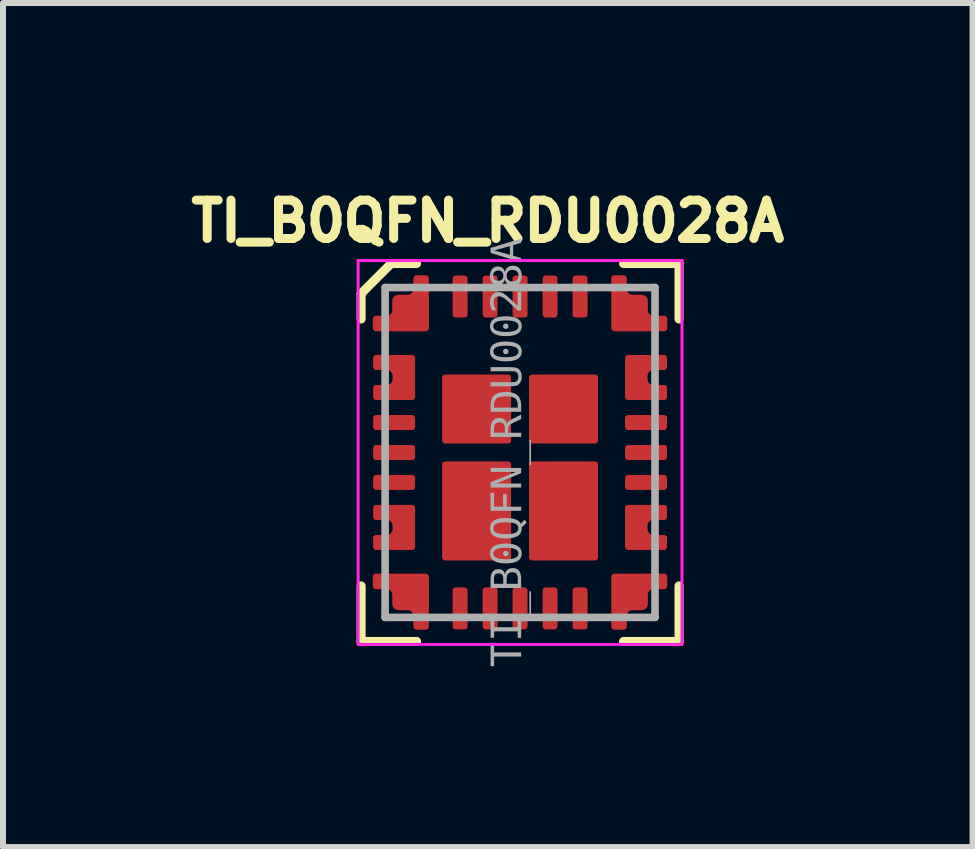
<source format=kicad_pcb>
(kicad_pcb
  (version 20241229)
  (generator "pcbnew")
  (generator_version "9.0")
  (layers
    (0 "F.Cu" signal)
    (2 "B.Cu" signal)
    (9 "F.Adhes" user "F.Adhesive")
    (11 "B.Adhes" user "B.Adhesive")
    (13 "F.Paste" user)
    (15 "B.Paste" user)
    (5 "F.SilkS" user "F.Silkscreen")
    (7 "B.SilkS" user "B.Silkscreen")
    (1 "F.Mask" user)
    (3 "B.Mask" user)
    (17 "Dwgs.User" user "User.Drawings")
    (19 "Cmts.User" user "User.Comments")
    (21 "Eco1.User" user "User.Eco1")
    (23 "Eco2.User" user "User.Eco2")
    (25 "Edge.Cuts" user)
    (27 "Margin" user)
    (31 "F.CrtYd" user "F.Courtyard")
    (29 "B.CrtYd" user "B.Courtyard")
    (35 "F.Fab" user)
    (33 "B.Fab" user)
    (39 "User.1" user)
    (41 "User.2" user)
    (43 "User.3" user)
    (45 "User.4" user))
  (footprint "TI_B0QFN_RDU0028A"
    (layer "F.Cu")
    (at 5.621 4.494)
    (property "Reference" "TI_B0QFN_RDU0028A" (at -0.538 -3.856 0) (layer "F.SilkS") (effects (font (size 0.64 0.64) (thickness 0.15))))
    (attr smd)
    (fp_line (start -2.65 -2.225) (end -2.65 -2.65) (stroke (width 0.15) (type solid)) (layer "F.SilkS"))
    (fp_line (start -2.65 3.15) (end -2.65 2.225) (stroke (width 0.15) (type solid)) (layer "F.SilkS"))
    (fp_line (start -2.15 -3.15) (end -2.65 -2.65) (stroke (width 0.15) (type default)) (layer "F.SilkS"))
    (fp_line (start -1.725 -3.15) (end -2.15 -3.15) (stroke (width 0.15) (type solid)) (layer "F.SilkS"))
    (fp_line (start -1.725 3.15) (end -2.65 3.15) (stroke (width 0.15) (type solid)) (layer "F.SilkS"))
    (fp_line (start 1.725 -3.15) (end 2.65 -3.15) (stroke (width 0.15) (type solid)) (layer "F.SilkS"))
    (fp_line (start 2.65 -3.15) (end 2.65 -2.225) (stroke (width 0.15) (type solid)) (layer "F.SilkS"))
    (fp_line (start 2.65 2.225) (end 2.65 3.15) (stroke (width 0.15) (type solid)) (layer "F.SilkS"))
    (fp_line (start 2.65 3.15) (end 1.725 3.15) (stroke (width 0.15) (type solid)) (layer "F.SilkS"))
    (fp_line (start -2.7 -3.2) (end 2.7 -3.2) (stroke (width 0.05) (type solid)) (layer "F.CrtYd"))
    (fp_line (start -2.7 3.2) (end -2.7 -3.2) (stroke (width 0.05) (type solid)) (layer "F.CrtYd"))
    (fp_line (start 2.7 -3.2) (end 2.7 3.2) (stroke (width 0.05) (type solid)) (layer "F.CrtYd"))
    (fp_line (start 2.7 3.2) (end -2.7 3.2) (stroke (width 0.05) (type solid)) (layer "F.CrtYd"))
    (fp_line (start -2.25 -2.75) (end 2.25 -2.75) (stroke (width 0.127) (type solid)) (layer "F.Fab"))
    (fp_line (start -2.25 2.75) (end -2.25 -2.75) (stroke (width 0.127) (type solid)) (layer "F.Fab"))
    (fp_line (start 2.25 -2.75) (end 2.25 2.75) (stroke (width 0.127) (type solid)) (layer "F.Fab"))
    (fp_line (start 2.25 2.75) (end -2.25 2.75) (stroke (width 0.127) (type solid)) (layer "F.Fab"))
    (fp_line (start -0.5 0) (end 0.5 0) (stroke (width 0.1) (type solid)) (layer "User.1"))
    (fp_line (start 0 -0.5) (end 0 0.5) (stroke (width 0.1) (type solid)) (layer "User.1"))
    (fp_text user "${REFERENCE}" (at -0.189 0.000005 90) (unlocked yes) (layer "F.Fab") (effects (font (face "Consolas") (size 0.5 0.5) (thickness 0.254))))
    (pad "1" smd custom (at -1.85 -2.35) (size 0.2 0.2) (layers "F.Cu" "F.Mask" "F.Paste") (options (anchor rect)) (primitives (gr_poly (pts (xy 0.325 0.275) (xy 0.325 0.278) (xy 0.325 0.28) (xy 0.324 0.283) (xy 0.324 0.285) (xy 0.323 0.288) (xy 0.323 0.29) (xy 0.322 0.293) (xy 0.321 0.295) (xy 0.32 0.298) (xy 0.318 0.3) (xy 0.317 0.302) (xy 0.315 0.304) (xy 0.314 0.306) (xy 0.312 0.308) (xy 0.31 0.31) (xy 0.308 0.312) (xy 0.306 0.314) (xy 0.304 0.315) (xy 0.302 0.317) (xy 0.3 0.318) (xy 0.298 0.32) (xy 0.295 0.321) (xy 0.293 0.322) (xy 0.29 0.323) (xy 0.288 0.323) (xy 0.285 0.324) (xy 0.283 0.324) (xy 0.28 0.325) (xy 0.278 0.325) (xy 0.275 0.325) (xy -0.55 0.325) (xy -0.553 0.325) (xy -0.555 0.325) (xy -0.558 0.324) (xy -0.56 0.324) (xy -0.563 0.323) (xy -0.565 0.323) (xy -0.568 0.322) (xy -0.57 0.321) (xy -0.573 0.32) (xy -0.575 0.318) (xy -0.577 0.317) (xy -0.579 0.315) (xy -0.581 0.314) (xy -0.583 0.312) (xy -0.585 0.31) (xy -0.587 0.308) (xy -0.589 0.306) (xy -0.59 0.304) (xy -0.592 0.302) (xy -0.593 0.3) (xy -0.595 0.298) (xy -0.596 0.295) (xy -0.597 0.293) (xy -0.598 0.29) (xy -0.598 0.288) (xy -0.599 0.285) (xy -0.599 0.283) (xy -0.6 0.28) (xy -0.6 0.278) (xy -0.6 0.275) (xy -0.6 0.125) (xy -0.6 0.122) (xy -0.6 0.12) (xy -0.599 0.117) (xy -0.599 0.115) (xy -0.598 0.112) (xy -0.598 0.11) (xy -0.597 0.107) (xy -0.596 0.105) (xy -0.595 0.102) (xy -0.593 0.1) (xy -0.592 0.098) (xy -0.59 0.096) (xy -0.589 0.094) (xy -0.587 0.092) (xy -0.585 0.09) (xy -0.583 0.088) (xy -0.581 0.086) (xy -0.579 0.085) (xy -0.577 0.083) (xy -0.575 0.082) (xy -0.573 0.08) (xy -0.57 0.079) (xy -0.568 0.078) (xy -0.565 0.077) (xy -0.563 0.077) (xy -0.56 0.076) (xy -0.558 0.076) (xy -0.555 0.075) (xy -0.553 0.075) (xy -0.55 0.075) (xy -0.375 0.075) (xy -0.37 0.075) (xy -0.365 0.074) (xy -0.359 0.074) (xy -0.354 0.073) (xy -0.349 0.072) (xy -0.344 0.07) (xy -0.339 0.068) (xy -0.334 0.066) (xy -0.33 0.064) (xy -0.325 0.062) (xy -0.321 0.059) (xy -0.316 0.056) (xy -0.312 0.053) (xy -0.308 0.049) (xy -0.304 0.046) (xy -0.301 0.042) (xy -0.297 0.038) (xy -0.294 0.034) (xy -0.291 0.029) (xy -0.288 0.025) (xy -0.286 0.02) (xy -0.284 0.016) (xy -0.282 0.011) (xy -0.28 0.006) (xy -0.278 0.001) (xy -0.277 -0.004) (xy -0.276 -0.009) (xy -0.276 -0.015) (xy -0.275 -0.02) (xy -0.275 -0.025) (xy -0.275 -0.175) (xy -0.275 -0.18) (xy -0.274 -0.185) (xy -0.274 -0.191) (xy -0.273 -0.196) (xy -0.272 -0.201) (xy -0.27 -0.206) (xy -0.268 -0.211) (xy -0.266 -0.216) (xy -0.264 -0.22) (xy -0.262 -0.225) (xy -0.259 -0.229) (xy -0.256 -0.234) (xy -0.253 -0.238) (xy -0.249 -0.242) (xy -0.246 -0.246) (xy -0.242 -0.249) (xy -0.238 -0.253) (xy -0.234 -0.256) (xy -0.229 -0.259) (xy -0.225 -0.262) (xy -0.22 -0.264) (xy -0.216 -0.266) (xy -0.211 -0.268) (xy -0.206 -0.27) (xy -0.201 -0.272) (xy -0.196 -0.273) (xy -0.191 -0.274) (xy -0.185 -0.274) (xy -0.18 -0.275) (xy -0.175 -0.275) (xy -0.025 -0.275) (xy -0.02 -0.275) (xy -0.015 -0.276) (xy -0.009 -0.276) (xy -0.004 -0.277) (xy 0.001 -0.278) (xy 0.006 -0.28) (xy 0.011 -0.282) (xy 0.016 -0.284) (xy 0.02 -0.286) (xy 0.025 -0.288) (xy 0.029 -0.291) (xy 0.034 -0.294) (xy 0.038 -0.297) (xy 0.042 -0.301) (xy 0.046 -0.304) (xy 0.049 -0.308) (xy 0.053 -0.312) (xy 0.056 -0.316) (xy 0.059 -0.321) (xy 0.062 -0.325) (xy 0.064 -0.33) (xy 0.066 -0.334) (xy 0.068 -0.339) (xy 0.07 -0.344) (xy 0.072 -0.349) (xy 0.073 -0.354) (xy 0.074 -0.359) (xy 0.074 -0.365) (xy 0.075 -0.37) (xy 0.075 -0.375) (xy 0.075 -0.55) (xy 0.075 -0.553) (xy 0.075 -0.555) (xy 0.076 -0.558) (xy 0.076 -0.56) (xy 0.077 -0.563) (xy 0.077 -0.565) (xy 0.078 -0.568) (xy 0.079 -0.57) (xy 0.08 -0.573) (xy 0.082 -0.575) (xy 0.083 -0.577) (xy 0.085 -0.579) (xy 0.086 -0.581) (xy 0.088 -0.583) (xy 0.09 -0.585) (xy 0.092 -0.587) (xy 0.094 -0.589) (xy 0.096 -0.59) (xy 0.098 -0.592) (xy 0.1 -0.593) (xy 0.102 -0.595) (xy 0.105 -0.596) (xy 0.107 -0.597) (xy 0.11 -0.598) (xy 0.112 -0.598) (xy 0.115 -0.599) (xy 0.117 -0.599) (xy 0.12 -0.6) (xy 0.122 -0.6) (xy 0.125 -0.6) (xy 0.275 -0.6) (xy 0.278 -0.6) (xy 0.28 -0.6) (xy 0.283 -0.599) (xy 0.285 -0.599) (xy 0.288 -0.598) (xy 0.29 -0.598) (xy 0.293 -0.597) (xy 0.295 -0.596) (xy 0.298 -0.595) (xy 0.3 -0.593) (xy 0.302 -0.592) (xy 0.304 -0.59) (xy 0.306 -0.589) (xy 0.308 -0.587) (xy 0.31 -0.585) (xy 0.312 -0.583) (xy 0.314 -0.581) (xy 0.315 -0.579) (xy 0.317 -0.577) (xy 0.318 -0.575) (xy 0.32 -0.573) (xy 0.321 -0.57) (xy 0.322 -0.568) (xy 0.323 -0.565) (xy 0.323 -0.563) (xy 0.324 -0.56) (xy 0.324 -0.558) (xy 0.325 -0.555) (xy 0.325 -0.553) (xy 0.325 -0.55) (xy 0.325 0.275)) (width 0.01) (fill yes))))
    (pad "2" smd custom (at -1.9 -1.25 180) (size 0.2 0.2) (layers "F.Cu" "F.Mask" "F.Paste") (options (anchor rect)) (primitives (gr_poly (pts (arc (start 0.5 0.375) (mid 0.535355 0.360355) (end 0.55 0.325)) (arc (start 0.55 0.175) (mid 0.535355 0.139645) (end 0.5 0.125)) (arc (start 0.325 0.125) (mid 0.254289 0.095711) (end 0.225 0.025)) (arc (start 0.225 -0.025) (mid 0.254289 -0.095711) (end 0.325 -0.125)) (arc (start 0.5 -0.125) (mid 0.535355 -0.139645) (end 0.55 -0.175)) (arc (start 0.55 -0.325) (mid 0.535355 -0.360355) (end 0.5 -0.375)) (arc (start -0.1 -0.375) (mid -0.135355 -0.360355) (end -0.15 -0.325)) (arc (start -0.15 0.325) (mid -0.135355 0.360355) (end -0.1 0.375))) (width 0) (fill yes))))
    (pad "3" smd roundrect (at -2.1 -0.5) (size 0.7 0.25) (layers "F.Cu" "F.Mask" "F.Paste") (roundrect_rratio 0.2))
    (pad "4" smd roundrect (at -2.1 0) (size 0.7 0.25) (layers "F.Cu" "F.Mask" "F.Paste") (roundrect_rratio 0.2))
    (pad "5" smd roundrect (at -2.1 0.5) (size 0.7 0.25) (layers "F.Cu" "F.Mask" "F.Paste") (roundrect_rratio 0.2))
    (pad "6" smd custom (at -1.9 1.25 180) (size 0.2 0.2) (layers "F.Cu" "F.Mask" "F.Paste") (options (anchor rect)) (primitives (gr_poly (pts (arc (start 0.5 0.375) (mid 0.535355 0.360355) (end 0.55 0.325)) (arc (start 0.55 0.175) (mid 0.535355 0.139645) (end 0.5 0.125)) (arc (start 0.325 0.125) (mid 0.254289 0.095711) (end 0.225 0.025)) (arc (start 0.225 -0.025) (mid 0.254289 -0.095711) (end 0.325 -0.125)) (arc (start 0.5 -0.125) (mid 0.535355 -0.139645) (end 0.55 -0.175)) (arc (start 0.55 -0.325) (mid 0.535355 -0.360355) (end 0.5 -0.375)) (arc (start -0.1 -0.375) (mid -0.135355 -0.360355) (end -0.15 -0.325)) (arc (start -0.15 0.325) (mid -0.135355 0.360355) (end -0.1 0.375))) (width 0) (fill yes))))
    (pad "7" smd custom (at -1.85 2.35) (size 0.2 0.2) (layers "F.Cu" "F.Mask" "F.Paste") (options (anchor rect)) (primitives (gr_poly (pts (xy 0.275 -0.325) (xy 0.278 -0.325) (xy 0.28 -0.325) (xy 0.283 -0.324) (xy 0.285 -0.324) (xy 0.288 -0.323) (xy 0.29 -0.323) (xy 0.293 -0.322) (xy 0.295 -0.321) (xy 0.298 -0.32) (xy 0.3 -0.318) (xy 0.302 -0.317) (xy 0.304 -0.315) (xy 0.306 -0.314) (xy 0.308 -0.312) (xy 0.31 -0.31) (xy 0.312 -0.308) (xy 0.314 -0.306) (xy 0.315 -0.304) (xy 0.317 -0.302) (xy 0.318 -0.3) (xy 0.32 -0.298) (xy 0.321 -0.295) (xy 0.322 -0.293) (xy 0.323 -0.29) (xy 0.323 -0.288) (xy 0.324 -0.285) (xy 0.324 -0.283) (xy 0.325 -0.28) (xy 0.325 -0.278) (xy 0.325 -0.275) (xy 0.325 0.55) (xy 0.325 0.553) (xy 0.325 0.555) (xy 0.324 0.558) (xy 0.324 0.56) (xy 0.323 0.563) (xy 0.323 0.565) (xy 0.322 0.568) (xy 0.321 0.57) (xy 0.32 0.573) (xy 0.318 0.575) (xy 0.317 0.577) (xy 0.315 0.579) (xy 0.314 0.581) (xy 0.312 0.583) (xy 0.31 0.585) (xy 0.308 0.587) (xy 0.306 0.589) (xy 0.304 0.59) (xy 0.302 0.592) (xy 0.3 0.593) (xy 0.298 0.595) (xy 0.295 0.596) (xy 0.293 0.597) (xy 0.29 0.598) (xy 0.288 0.598) (xy 0.285 0.599) (xy 0.283 0.599) (xy 0.28 0.6) (xy 0.278 0.6) (xy 0.275 0.6) (xy 0.125 0.6) (xy 0.122 0.6) (xy 0.12 0.6) (xy 0.117 0.599) (xy 0.115 0.599) (xy 0.112 0.598) (xy 0.11 0.598) (xy 0.107 0.597) (xy 0.105 0.596) (xy 0.102 0.595) (xy 0.1 0.593) (xy 0.098 0.592) (xy 0.096 0.59) (xy 0.094 0.589) (xy 0.092 0.587) (xy 0.09 0.585) (xy 0.088 0.583) (xy 0.086 0.581) (xy 0.085 0.579) (xy 0.083 0.577) (xy 0.082 0.575) (xy 0.08 0.573) (xy 0.079 0.57) (xy 0.078 0.568) (xy 0.077 0.565) (xy 0.077 0.563) (xy 0.076 0.56) (xy 0.076 0.558) (xy 0.075 0.555) (xy 0.075 0.553) (xy 0.075 0.55) (xy 0.075 0.375) (xy 0.075 0.37) (xy 0.074 0.365) (xy 0.074 0.359) (xy 0.073 0.354) (xy 0.072 0.349) (xy 0.07 0.344) (xy 0.068 0.339) (xy 0.066 0.334) (xy 0.064 0.33) (xy 0.062 0.325) (xy 0.059 0.321) (xy 0.056 0.316) (xy 0.053 0.312) (xy 0.049 0.308) (xy 0.046 0.304) (xy 0.042 0.301) (xy 0.038 0.297) (xy 0.034 0.294) (xy 0.029 0.291) (xy 0.025 0.288) (xy 0.02 0.286) (xy 0.016 0.284) (xy 0.011 0.282) (xy 0.006 0.28) (xy 0.001 0.278) (xy -0.004 0.277) (xy -0.009 0.276) (xy -0.015 0.276) (xy -0.02 0.275) (xy -0.025 0.275) (xy -0.175 0.275) (xy -0.18 0.275) (xy -0.185 0.274) (xy -0.191 0.274) (xy -0.196 0.273) (xy -0.201 0.272) (xy -0.206 0.27) (xy -0.211 0.268) (xy -0.216 0.266) (xy -0.22 0.264) (xy -0.225 0.262) (xy -0.229 0.259) (xy -0.234 0.256) (xy -0.238 0.253) (xy -0.242 0.249) (xy -0.246 0.246) (xy -0.249 0.242) (xy -0.253 0.238) (xy -0.256 0.234) (xy -0.259 0.229) (xy -0.262 0.225) (xy -0.264 0.22) (xy -0.266 0.216) (xy -0.268 0.211) (xy -0.27 0.206) (xy -0.272 0.201) (xy -0.273 0.196) (xy -0.274 0.191) (xy -0.274 0.185) (xy -0.275 0.18) (xy -0.275 0.175) (xy -0.275 0.025) (xy -0.275 0.02) (xy -0.276 0.015) (xy -0.276 0.009) (xy -0.277 0.004) (xy -0.278 -0.001) (xy -0.28 -0.006) (xy -0.282 -0.011) (xy -0.284 -0.016) (xy -0.286 -0.02) (xy -0.288 -0.025) (xy -0.291 -0.029) (xy -0.294 -0.034) (xy -0.297 -0.038) (xy -0.301 -0.042) (xy -0.304 -0.046) (xy -0.308 -0.049) (xy -0.312 -0.053) (xy -0.316 -0.056) (xy -0.321 -0.059) (xy -0.325 -0.062) (xy -0.33 -0.064) (xy -0.334 -0.066) (xy -0.339 -0.068) (xy -0.344 -0.07) (xy -0.349 -0.072) (xy -0.354 -0.073) (xy -0.359 -0.074) (xy -0.365 -0.074) (xy -0.37 -0.075) (xy -0.375 -0.075) (xy -0.55 -0.075) (xy -0.553 -0.075) (xy -0.555 -0.075) (xy -0.558 -0.076) (xy -0.56 -0.076) (xy -0.563 -0.077) (xy -0.565 -0.077) (xy -0.568 -0.078) (xy -0.57 -0.079) (xy -0.573 -0.08) (xy -0.575 -0.082) (xy -0.577 -0.083) (xy -0.579 -0.085) (xy -0.581 -0.086) (xy -0.583 -0.088) (xy -0.585 -0.09) (xy -0.587 -0.092) (xy -0.589 -0.094) (xy -0.59 -0.096) (xy -0.592 -0.098) (xy -0.593 -0.1) (xy -0.595 -0.102) (xy -0.596 -0.105) (xy -0.597 -0.107) (xy -0.598 -0.11) (xy -0.598 -0.112) (xy -0.599 -0.115) (xy -0.599 -0.117) (xy -0.6 -0.12) (xy -0.6 -0.122) (xy -0.6 -0.125) (xy -0.6 -0.275) (xy -0.6 -0.278) (xy -0.6 -0.28) (xy -0.599 -0.283) (xy -0.599 -0.285) (xy -0.598 -0.288) (xy -0.598 -0.29) (xy -0.597 -0.293) (xy -0.596 -0.295) (xy -0.595 -0.298) (xy -0.593 -0.3) (xy -0.592 -0.302) (xy -0.59 -0.304) (xy -0.589 -0.306) (xy -0.587 -0.308) (xy -0.585 -0.31) (xy -0.583 -0.312) (xy -0.581 -0.314) (xy -0.579 -0.315) (xy -0.577 -0.317) (xy -0.575 -0.318) (xy -0.573 -0.32) (xy -0.57 -0.321) (xy -0.568 -0.322) (xy -0.565 -0.323) (xy -0.563 -0.323) (xy -0.56 -0.324) (xy -0.558 -0.324) (xy -0.555 -0.325) (xy -0.553 -0.325) (xy -0.55 -0.325) (xy 0.275 -0.325)) (width 0.01) (fill yes))))
    (pad "8" smd roundrect (at -1 2.6 90) (size 0.7 0.25) (layers "F.Cu" "F.Mask" "F.Paste") (roundrect_rratio 0.2))
    (pad "9" smd roundrect (at -0.5 2.6 90) (size 0.7 0.25) (layers "F.Cu" "F.Mask" "F.Paste") (roundrect_rratio 0.2))
    (pad "10" smd roundrect (at 0 2.6 90) (size 0.7 0.25) (layers "F.Cu" "F.Mask" "F.Paste") (roundrect_rratio 0.2))
    (pad "11" smd roundrect (at 0.5 2.6 270) (size 0.7 0.25) (layers "F.Cu" "F.Mask" "F.Paste") (roundrect_rratio 0.2))
    (pad "12" smd roundrect (at 1 2.6 270) (size 0.7 0.25) (layers "F.Cu" "F.Mask" "F.Paste") (roundrect_rratio 0.2))
    (pad "13" smd custom (at 1.85 2.35) (size 0.2 0.2) (layers "F.Cu" "F.Mask" "F.Paste") (options (anchor rect)) (primitives (gr_poly (pts (xy -0.325 -0.275) (xy -0.325 -0.278) (xy -0.325 -0.28) (xy -0.324 -0.283) (xy -0.324 -0.285) (xy -0.323 -0.288) (xy -0.323 -0.29) (xy -0.322 -0.293) (xy -0.321 -0.295) (xy -0.32 -0.298) (xy -0.318 -0.3) (xy -0.317 -0.302) (xy -0.315 -0.304) (xy -0.314 -0.306) (xy -0.312 -0.308) (xy -0.31 -0.31) (xy -0.308 -0.312) (xy -0.306 -0.314) (xy -0.304 -0.315) (xy -0.302 -0.317) (xy -0.3 -0.318) (xy -0.298 -0.32) (xy -0.295 -0.321) (xy -0.293 -0.322) (xy -0.29 -0.323) (xy -0.288 -0.323) (xy -0.285 -0.324) (xy -0.283 -0.324) (xy -0.28 -0.325) (xy -0.278 -0.325) (xy -0.275 -0.325) (xy 0.55 -0.325) (xy 0.553 -0.325) (xy 0.555 -0.325) (xy 0.558 -0.324) (xy 0.56 -0.324) (xy 0.563 -0.323) (xy 0.565 -0.323) (xy 0.568 -0.322) (xy 0.57 -0.321) (xy 0.573 -0.32) (xy 0.575 -0.318) (xy 0.577 -0.317) (xy 0.579 -0.315) (xy 0.581 -0.314) (xy 0.583 -0.312) (xy 0.585 -0.31) (xy 0.587 -0.308) (xy 0.589 -0.306) (xy 0.59 -0.304) (xy 0.592 -0.302) (xy 0.593 -0.3) (xy 0.595 -0.298) (xy 0.596 -0.295) (xy 0.597 -0.293) (xy 0.598 -0.29) (xy 0.598 -0.288) (xy 0.599 -0.285) (xy 0.599 -0.283) (xy 0.6 -0.28) (xy 0.6 -0.278) (xy 0.6 -0.275) (xy 0.6 -0.125) (xy 0.6 -0.122) (xy 0.6 -0.12) (xy 0.599 -0.117) (xy 0.599 -0.115) (xy 0.598 -0.112) (xy 0.598 -0.11) (xy 0.597 -0.107) (xy 0.596 -0.105) (xy 0.595 -0.102) (xy 0.593 -0.1) (xy 0.592 -0.098) (xy 0.59 -0.096) (xy 0.589 -0.094) (xy 0.587 -0.092) (xy 0.585 -0.09) (xy 0.583 -0.088) (xy 0.581 -0.086) (xy 0.579 -0.085) (xy 0.577 -0.083) (xy 0.575 -0.082) (xy 0.573 -0.08) (xy 0.57 -0.079) (xy 0.568 -0.078) (xy 0.565 -0.077) (xy 0.563 -0.077) (xy 0.56 -0.076) (xy 0.558 -0.076) (xy 0.555 -0.075) (xy 0.553 -0.075) (xy 0.55 -0.075) (xy 0.375 -0.075) (xy 0.37 -0.075) (xy 0.365 -0.074) (xy 0.359 -0.074) (xy 0.354 -0.073) (xy 0.349 -0.072) (xy 0.344 -0.07) (xy 0.339 -0.068) (xy 0.334 -0.066) (xy 0.33 -0.064) (xy 0.325 -0.062) (xy 0.321 -0.059) (xy 0.316 -0.056) (xy 0.312 -0.053) (xy 0.308 -0.049) (xy 0.304 -0.046) (xy 0.301 -0.042) (xy 0.297 -0.038) (xy 0.294 -0.034) (xy 0.291 -0.029) (xy 0.288 -0.025) (xy 0.286 -0.02) (xy 0.284 -0.016) (xy 0.282 -0.011) (xy 0.28 -0.006) (xy 0.278 -0.001) (xy 0.277 0.004) (xy 0.276 0.009) (xy 0.276 0.015) (xy 0.275 0.02) (xy 0.275 0.025) (xy 0.275 0.175) (xy 0.275 0.18) (xy 0.274 0.185) (xy 0.274 0.191) (xy 0.273 0.196) (xy 0.272 0.201) (xy 0.27 0.206) (xy 0.268 0.211) (xy 0.266 0.216) (xy 0.264 0.22) (xy 0.262 0.225) (xy 0.259 0.229) (xy 0.256 0.234) (xy 0.253 0.238) (xy 0.249 0.242) (xy 0.246 0.246) (xy 0.242 0.249) (xy 0.238 0.253) (xy 0.234 0.256) (xy 0.229 0.259) (xy 0.225 0.262) (xy 0.22 0.264) (xy 0.216 0.266) (xy 0.211 0.268) (xy 0.206 0.27) (xy 0.201 0.272) (xy 0.196 0.273) (xy 0.191 0.274) (xy 0.185 0.274) (xy 0.18 0.275) (xy 0.175 0.275) (xy 0.025 0.275) (xy 0.02 0.275) (xy 0.015 0.276) (xy 0.009 0.276) (xy 0.004 0.277) (xy -0.001 0.278) (xy -0.006 0.28) (xy -0.011 0.282) (xy -0.016 0.284) (xy -0.02 0.286) (xy -0.025 0.288) (xy -0.029 0.291) (xy -0.034 0.294) (xy -0.038 0.297) (xy -0.042 0.301) (xy -0.046 0.304) (xy -0.049 0.308) (xy -0.053 0.312) (xy -0.056 0.316) (xy -0.059 0.321) (xy -0.062 0.325) (xy -0.064 0.33) (xy -0.066 0.334) (xy -0.068 0.339) (xy -0.07 0.344) (xy -0.072 0.349) (xy -0.073 0.354) (xy -0.074 0.359) (xy -0.074 0.365) (xy -0.075 0.37) (xy -0.075 0.375) (xy -0.075 0.55) (xy -0.075 0.553) (xy -0.075 0.555) (xy -0.076 0.558) (xy -0.076 0.56) (xy -0.077 0.563) (xy -0.077 0.565) (xy -0.078 0.568) (xy -0.079 0.57) (xy -0.08 0.573) (xy -0.082 0.575) (xy -0.083 0.577) (xy -0.085 0.579) (xy -0.086 0.581) (xy -0.088 0.583) (xy -0.09 0.585) (xy -0.092 0.587) (xy -0.094 0.589) (xy -0.096 0.59) (xy -0.098 0.592) (xy -0.1 0.593) (xy -0.102 0.595) (xy -0.105 0.596) (xy -0.107 0.597) (xy -0.11 0.598) (xy -0.112 0.598) (xy -0.115 0.599) (xy -0.117 0.599) (xy -0.12 0.6) (xy -0.122 0.6) (xy -0.125 0.6) (xy -0.275 0.6) (xy -0.278 0.6) (xy -0.28 0.6) (xy -0.283 0.599) (xy -0.285 0.599) (xy -0.288 0.598) (xy -0.29 0.598) (xy -0.293 0.597) (xy -0.295 0.596) (xy -0.298 0.595) (xy -0.3 0.593) (xy -0.302 0.592) (xy -0.304 0.59) (xy -0.306 0.589) (xy -0.308 0.587) (xy -0.31 0.585) (xy -0.312 0.583) (xy -0.314 0.581) (xy -0.315 0.579) (xy -0.317 0.577) (xy -0.318 0.575) (xy -0.32 0.573) (xy -0.321 0.57) (xy -0.322 0.568) (xy -0.323 0.565) (xy -0.323 0.563) (xy -0.324 0.56) (xy -0.324 0.558) (xy -0.325 0.555) (xy -0.325 0.553) (xy -0.325 0.55) (xy -0.325 -0.275)) (width 0.01) (fill yes))))
    (pad "14" smd custom (at 1.9 1.25) (size 0.2 0.2) (layers "F.Cu" "F.Mask" "F.Paste") (options (anchor rect)) (primitives (gr_poly (pts (arc (start 0.5 0.375) (mid 0.535355 0.360355) (end 0.55 0.325)) (arc (start 0.55 0.175) (mid 0.535355 0.139645) (end 0.5 0.125)) (arc (start 0.325 0.125) (mid 0.254289 0.095711) (end 0.225 0.025)) (arc (start 0.225 -0.025) (mid 0.254289 -0.095711) (end 0.325 -0.125)) (arc (start 0.5 -0.125) (mid 0.535355 -0.139645) (end 0.55 -0.175)) (arc (start 0.55 -0.325) (mid 0.535355 -0.360355) (end 0.5 -0.375)) (arc (start -0.1 -0.375) (mid -0.135355 -0.360355) (end -0.15 -0.325)) (arc (start -0.15 0.325) (mid -0.135355 0.360355) (end -0.1 0.375))) (width 0) (fill yes))))
    (pad "15" smd roundrect (at 2.1 0.5) (size 0.7 0.25) (layers "F.Cu" "F.Mask" "F.Paste") (roundrect_rratio 0.2))
    (pad "16" smd roundrect (at 2.1 0) (size 0.7 0.25) (layers "F.Cu" "F.Mask" "F.Paste") (roundrect_rratio 0.2))
    (pad "17" smd roundrect (at 2.1 -0.5) (size 0.7 0.25) (layers "F.Cu" "F.Mask" "F.Paste") (roundrect_rratio 0.2))
    (pad "18" smd custom (at 1.9 -1.25) (size 0.2 0.2) (layers "F.Cu" "F.Mask" "F.Paste") (options (anchor rect)) (primitives (gr_poly (pts (arc (start 0.5 0.375) (mid 0.535355 0.360355) (end 0.55 0.325)) (arc (start 0.55 0.175) (mid 0.535355 0.139645) (end 0.5 0.125)) (arc (start 0.325 0.125) (mid 0.254289 0.095711) (end 0.225 0.025)) (arc (start 0.225 -0.025) (mid 0.254289 -0.095711) (end 0.325 -0.125)) (arc (start 0.5 -0.125) (mid 0.535355 -0.139645) (end 0.55 -0.175)) (arc (start 0.55 -0.325) (mid 0.535355 -0.360355) (end 0.5 -0.375)) (arc (start -0.1 -0.375) (mid -0.135355 -0.360355) (end -0.15 -0.325)) (arc (start -0.15 0.325) (mid -0.135355 0.360355) (end -0.1 0.375))) (width 0) (fill yes))))
    (pad "19" smd custom (at 1.85 -2.35) (size 0.2 0.2) (layers "F.Cu" "F.Mask" "F.Paste") (options (anchor rect)) (primitives (gr_poly (pts (xy -0.275 0.325) (xy -0.278 0.325) (xy -0.28 0.325) (xy -0.283 0.324) (xy -0.285 0.324) (xy -0.288 0.323) (xy -0.29 0.323) (xy -0.293 0.322) (xy -0.295 0.321) (xy -0.298 0.32) (xy -0.3 0.318) (xy -0.302 0.317) (xy -0.304 0.315) (xy -0.306 0.314) (xy -0.308 0.312) (xy -0.31 0.31) (xy -0.312 0.308) (xy -0.314 0.306) (xy -0.315 0.304) (xy -0.317 0.302) (xy -0.318 0.3) (xy -0.32 0.298) (xy -0.321 0.295) (xy -0.322 0.293) (xy -0.323 0.29) (xy -0.323 0.288) (xy -0.324 0.285) (xy -0.324 0.283) (xy -0.325 0.28) (xy -0.325 0.278) (xy -0.325 0.275) (xy -0.325 -0.55) (xy -0.325 -0.553) (xy -0.325 -0.555) (xy -0.324 -0.558) (xy -0.324 -0.56) (xy -0.323 -0.563) (xy -0.323 -0.565) (xy -0.322 -0.568) (xy -0.321 -0.57) (xy -0.32 -0.573) (xy -0.318 -0.575) (xy -0.317 -0.577) (xy -0.315 -0.579) (xy -0.314 -0.581) (xy -0.312 -0.583) (xy -0.31 -0.585) (xy -0.308 -0.587) (xy -0.306 -0.589) (xy -0.304 -0.59) (xy -0.302 -0.592) (xy -0.3 -0.593) (xy -0.298 -0.595) (xy -0.295 -0.596) (xy -0.293 -0.597) (xy -0.29 -0.598) (xy -0.288 -0.598) (xy -0.285 -0.599) (xy -0.283 -0.599) (xy -0.28 -0.6) (xy -0.278 -0.6) (xy -0.275 -0.6) (xy -0.125 -0.6) (xy -0.122 -0.6) (xy -0.12 -0.6) (xy -0.117 -0.599) (xy -0.115 -0.599) (xy -0.112 -0.598) (xy -0.11 -0.598) (xy -0.107 -0.597) (xy -0.105 -0.596) (xy -0.102 -0.595) (xy -0.1 -0.593) (xy -0.098 -0.592) (xy -0.096 -0.59) (xy -0.094 -0.589) (xy -0.092 -0.587) (xy -0.09 -0.585) (xy -0.088 -0.583) (xy -0.086 -0.581) (xy -0.085 -0.579) (xy -0.083 -0.577) (xy -0.082 -0.575) (xy -0.08 -0.573) (xy -0.079 -0.57) (xy -0.078 -0.568) (xy -0.077 -0.565) (xy -0.077 -0.563) (xy -0.076 -0.56) (xy -0.076 -0.558) (xy -0.075 -0.555) (xy -0.075 -0.553) (xy -0.075 -0.55) (xy -0.075 -0.375) (xy -0.075 -0.37) (xy -0.074 -0.365) (xy -0.074 -0.359) (xy -0.073 -0.354) (xy -0.072 -0.349) (xy -0.07 -0.344) (xy -0.068 -0.339) (xy -0.066 -0.334) (xy -0.064 -0.33) (xy -0.062 -0.325) (xy -0.059 -0.321) (xy -0.056 -0.316) (xy -0.053 -0.312) (xy -0.049 -0.308) (xy -0.046 -0.304) (xy -0.042 -0.301) (xy -0.038 -0.297) (xy -0.034 -0.294) (xy -0.029 -0.291) (xy -0.025 -0.288) (xy -0.02 -0.286) (xy -0.016 -0.284) (xy -0.011 -0.282) (xy -0.006 -0.28) (xy -0.001 -0.278) (xy 0.004 -0.277) (xy 0.009 -0.276) (xy 0.015 -0.276) (xy 0.02 -0.275) (xy 0.025 -0.275) (xy 0.175 -0.275) (xy 0.18 -0.275) (xy 0.185 -0.274) (xy 0.191 -0.274) (xy 0.196 -0.273) (xy 0.201 -0.272) (xy 0.206 -0.27) (xy 0.211 -0.268) (xy 0.216 -0.266) (xy 0.22 -0.264) (xy 0.225 -0.262) (xy 0.229 -0.259) (xy 0.234 -0.256) (xy 0.238 -0.253) (xy 0.242 -0.249) (xy 0.246 -0.246) (xy 0.249 -0.242) (xy 0.253 -0.238) (xy 0.256 -0.234) (xy 0.259 -0.229) (xy 0.262 -0.225) (xy 0.264 -0.22) (xy 0.266 -0.216) (xy 0.268 -0.211) (xy 0.27 -0.206) (xy 0.272 -0.201) (xy 0.273 -0.196) (xy 0.274 -0.191) (xy 0.274 -0.185) (xy 0.275 -0.18) (xy 0.275 -0.175) (xy 0.275 -0.025) (xy 0.275 -0.02) (xy 0.276 -0.015) (xy 0.276 -0.009) (xy 0.277 -0.004) (xy 0.278 0.001) (xy 0.28 0.006) (xy 0.282 0.011) (xy 0.284 0.016) (xy 0.286 0.02) (xy 0.288 0.025) (xy 0.291 0.029) (xy 0.294 0.034) (xy 0.297 0.038) (xy 0.301 0.042) (xy 0.304 0.046) (xy 0.308 0.049) (xy 0.312 0.053) (xy 0.316 0.056) (xy 0.321 0.059) (xy 0.325 0.062) (xy 0.33 0.064) (xy 0.334 0.066) (xy 0.339 0.068) (xy 0.344 0.07) (xy 0.349 0.072) (xy 0.354 0.073) (xy 0.359 0.074) (xy 0.365 0.074) (xy 0.37 0.075) (xy 0.375 0.075) (xy 0.55 0.075) (xy 0.553 0.075) (xy 0.555 0.075) (xy 0.558 0.076) (xy 0.56 0.076) (xy 0.563 0.077) (xy 0.565 0.077) (xy 0.568 0.078) (xy 0.57 0.079) (xy 0.573 0.08) (xy 0.575 0.082) (xy 0.577 0.083) (xy 0.579 0.085) (xy 0.581 0.086) (xy 0.583 0.088) (xy 0.585 0.09) (xy 0.587 0.092) (xy 0.589 0.094) (xy 0.59 0.096) (xy 0.592 0.098) (xy 0.593 0.1) (xy 0.595 0.102) (xy 0.596 0.105) (xy 0.597 0.107) (xy 0.598 0.11) (xy 0.598 0.112) (xy 0.599 0.115) (xy 0.599 0.117) (xy 0.6 0.12) (xy 0.6 0.122) (xy 0.6 0.125) (xy 0.6 0.275) (xy 0.6 0.278) (xy 0.6 0.28) (xy 0.599 0.283) (xy 0.599 0.285) (xy 0.598 0.288) (xy 0.598 0.29) (xy 0.597 0.293) (xy 0.596 0.295) (xy 0.595 0.298) (xy 0.593 0.3) (xy 0.592 0.302) (xy 0.59 0.304) (xy 0.589 0.306) (xy 0.587 0.308) (xy 0.585 0.31) (xy 0.583 0.312) (xy 0.581 0.314) (xy 0.579 0.315) (xy 0.577 0.317) (xy 0.575 0.318) (xy 0.573 0.32) (xy 0.57 0.321) (xy 0.568 0.322) (xy 0.565 0.323) (xy 0.563 0.323) (xy 0.56 0.324) (xy 0.558 0.324) (xy 0.555 0.325) (xy 0.553 0.325) (xy 0.55 0.325) (xy -0.275 0.325)) (width 0.01) (fill yes))))
    (pad "20" smd roundrect (at 1 -2.6 270) (size 0.7 0.25) (layers "F.Cu" "F.Mask" "F.Paste") (roundrect_rratio 0.2))
    (pad "21" smd roundrect (at 0.5 -2.6 270) (size 0.7 0.25) (layers "F.Cu" "F.Mask" "F.Paste") (roundrect_rratio 0.2))
    (pad "22" smd roundrect (at 0 -2.6 90) (size 0.7 0.25) (layers "F.Cu" "F.Mask" "F.Paste") (roundrect_rratio 0.2))
    (pad "23" smd roundrect (at -0.5 -2.6 90) (size 0.7 0.25) (layers "F.Cu" "F.Mask" "F.Paste") (roundrect_rratio 0.2))
    (pad "24" smd roundrect (at -1 -2.6 90) (size 0.7 0.25) (layers "F.Cu" "F.Mask" "F.Paste") (roundrect_rratio 0.2))
    (pad "25" smd roundrect (at -0.725 -0.725) (size 1.15 1.15) (layers "F.Cu" "F.Mask" "F.Paste") (roundrect_rratio 0.043))
    (pad "26" smd roundrect (at -0.725 0.975) (size 1.15 1.65) (layers "F.Cu" "F.Mask" "F.Paste") (roundrect_rratio 0.043))
    (pad "27" smd roundrect (at 0.725 0.975) (size 1.15 1.65) (layers "F.Cu" "F.Mask" "F.Paste") (roundrect_rratio 0.043))
    (pad "28" smd roundrect (at 0.725 -0.725) (size 1.15 1.15) (layers "F.Cu" "F.Mask" "F.Paste") (roundrect_rratio 0.043)))
  (gr_rect
    (start -3 -3)
    (end 13.166 11.073)
    (stroke (width 0.1) (type default))
    (fill no)
    (layer "Edge.Cuts")))
</source>
